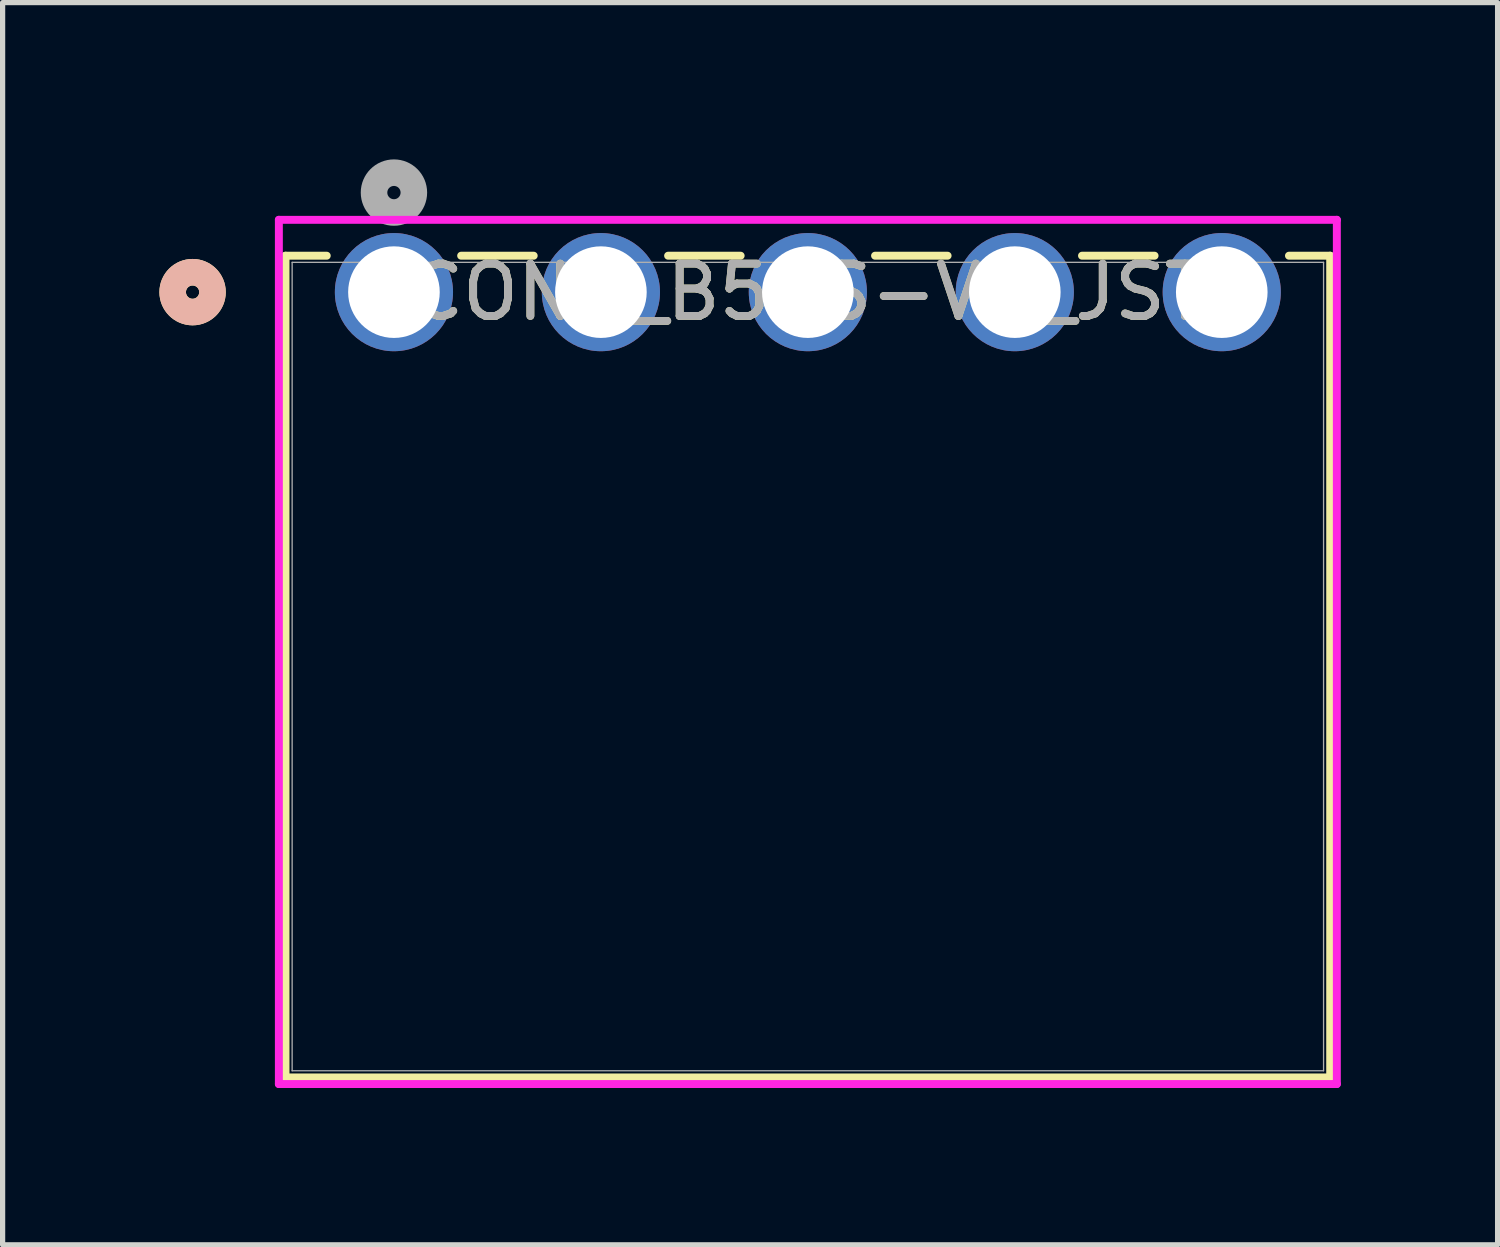
<source format=kicad_pcb>
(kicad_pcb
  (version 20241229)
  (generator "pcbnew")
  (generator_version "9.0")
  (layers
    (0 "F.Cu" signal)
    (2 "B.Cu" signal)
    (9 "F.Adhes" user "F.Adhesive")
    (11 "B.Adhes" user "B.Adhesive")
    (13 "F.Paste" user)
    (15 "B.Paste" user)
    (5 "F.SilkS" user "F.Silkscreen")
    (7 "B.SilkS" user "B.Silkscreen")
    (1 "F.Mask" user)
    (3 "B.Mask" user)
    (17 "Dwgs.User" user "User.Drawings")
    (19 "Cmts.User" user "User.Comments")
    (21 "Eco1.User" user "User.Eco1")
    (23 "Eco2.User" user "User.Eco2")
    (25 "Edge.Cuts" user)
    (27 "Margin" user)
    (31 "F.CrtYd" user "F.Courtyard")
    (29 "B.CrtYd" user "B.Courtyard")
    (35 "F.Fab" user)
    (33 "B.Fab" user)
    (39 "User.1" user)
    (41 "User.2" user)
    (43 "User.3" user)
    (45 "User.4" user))
  (footprint "CONN_B5PS-VH_JST"
    (layer "F.Cu")
    (at 4.488 2.54)
    (property "Reference" "CONN_B5PS-VH_JST" (at 7.92 0 0) (unlocked yes) (layer "F.SilkS") (effects (font (size 1 1) (thickness 0.15))))
    (attr through_hole)
    (fp_line (start -2.075 -0.697) (end -2.075 15.026) (stroke (width 0.152) (type solid)) (layer "F.SilkS"))
    (fp_line (start -2.075 15.026) (end 17.915 15.026) (stroke (width 0.152) (type solid)) (layer "F.SilkS"))
    (fp_line (start -1.286 -0.697) (end -2.075 -0.697) (stroke (width 0.152) (type solid)) (layer "F.SilkS"))
    (fp_line (start 2.674 -0.697) (end 1.286 -0.697) (stroke (width 0.152) (type solid)) (layer "F.SilkS"))
    (fp_line (start 6.634 -0.697) (end 5.246 -0.697) (stroke (width 0.152) (type solid)) (layer "F.SilkS"))
    (fp_line (start 10.594 -0.697) (end 9.206 -0.697) (stroke (width 0.152) (type solid)) (layer "F.SilkS"))
    (fp_line (start 14.554 -0.697) (end 13.166 -0.697) (stroke (width 0.152) (type solid)) (layer "F.SilkS"))
    (fp_line (start 17.915 -0.697) (end 17.126 -0.697) (stroke (width 0.152) (type solid)) (layer "F.SilkS"))
    (fp_line (start 17.915 15.026) (end 17.915 -0.697) (stroke (width 0.152) (type solid)) (layer "F.SilkS"))
    (fp_circle (center -3.853 0) (end -3.472 0) (stroke (width 0.508) (type solid)) (fill no) (layer "F.SilkS"))
    (fp_circle (center -3.853 0) (end -3.472 0) (stroke (width 0.508) (type solid)) (fill no) (layer "B.SilkS"))
    (fp_line (start -2.202 -1.384) (end -2.202 15.153) (stroke (width 0.152) (type solid)) (layer "F.CrtYd"))
    (fp_line (start -2.202 15.153) (end 18.042 15.153) (stroke (width 0.152) (type solid)) (layer "F.CrtYd"))
    (fp_line (start 18.042 -1.384) (end -2.202 -1.384) (stroke (width 0.152) (type solid)) (layer "F.CrtYd"))
    (fp_line (start 18.042 15.153) (end 18.042 -1.384) (stroke (width 0.152) (type solid)) (layer "F.CrtYd"))
    (fp_line (start -1.948 -0.57) (end -1.948 14.899) (stroke (width 0.025) (type solid)) (layer "F.Fab"))
    (fp_line (start -1.948 14.899) (end 17.788 14.899) (stroke (width 0.025) (type solid)) (layer "F.Fab"))
    (fp_line (start 17.788 -0.57) (end -1.948 -0.57) (stroke (width 0.025) (type solid)) (layer "F.Fab"))
    (fp_line (start 17.788 14.899) (end 17.788 -0.57) (stroke (width 0.025) (type solid)) (layer "F.Fab"))
    (fp_circle (center 0 -1.905) (end 0.381 -1.905) (stroke (width 0.508) (type solid)) (fill no) (layer "F.Fab"))
    (fp_text user "${REFERENCE}" (at 7.92 0 0) (unlocked yes) (layer "F.Fab") (effects (font (size 1 1) (thickness 0.15))))
    (pad "1" thru_hole circle (at 0 0) (size 2.261 2.261) (drill 1.753) (layers "*.Cu" "*.Mask"))
    (pad "2" thru_hole circle (at 3.96 0) (size 2.261 2.261) (drill 1.753) (layers "*.Cu" "*.Mask"))
    (pad "3" thru_hole circle (at 7.92 0) (size 2.261 2.261) (drill 1.753) (layers "*.Cu" "*.Mask"))
    (pad "4" thru_hole circle (at 11.88 0) (size 2.261 2.261) (drill 1.753) (layers "*.Cu" "*.Mask"))
    (pad "5" thru_hole circle (at 15.84 0) (size 2.261 2.261) (drill 1.753) (layers "*.Cu" "*.Mask")))
  (gr_rect
    (start -3 -3)
    (end 25.606 20.769)
    (stroke (width 0.1) (type default))
    (fill no)
    (layer "Edge.Cuts")))
</source>
